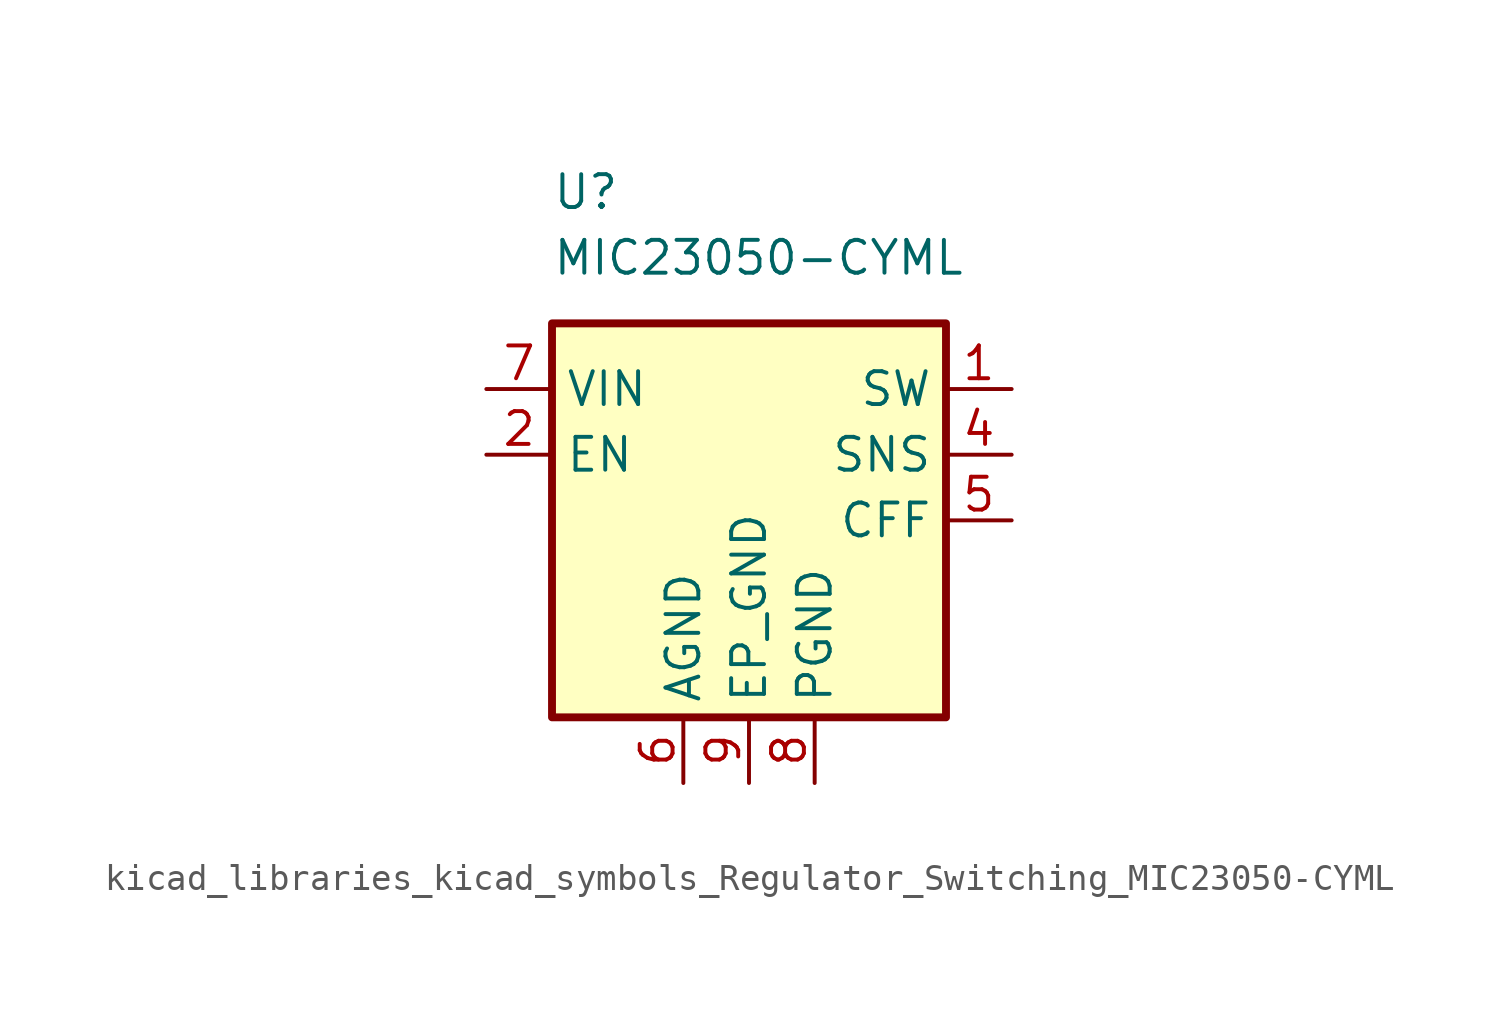
<source format=kicad_sym>
(kicad_symbol_lib
  (version 20220914)
  (generator kicad_symbol_editor)
  (symbol "kicad_libraries_kicad_symbols_Regulator_Switching_MIC23050-CYML"
    (property "Reference" "U"
      (at -7.62 12.7 0)
      (effects (font (size 1.27 1.27)) (justify left)))
    (property "Value" "MIC23050-CYML"
      (at -7.62 10.16 0)
      (effects (font (size 1.27 1.27)) (justify left)))
    (symbol "kicad_libraries_kicad_symbols_Regulator_Switching_MIC23050-CYML_0_0"
      (pin power_in line (at 0 -10.16 90) (length 2.54) (name "EP_GND" (effects (font (size 1.27 1.27)))) (number "9" (effects (font (size 1.27 1.27))))))
    (symbol "kicad_libraries_kicad_symbols_Regulator_Switching_MIC23050-CYML_1_1"
      (rectangle (start -7.62 7.62) (end 7.62 -7.62) (stroke (width 0.305) (type default)) (fill (type background)))
      (pin output line (at 10.16 5.08 180) (length 2.54) (name "SW" (effects (font (size 1.27 1.27)))) (number "1" (effects (font (size 1.27 1.27)))))
      (pin input line (at -10.16 2.54 0) (length 2.54) (name "EN" (effects (font (size 1.27 1.27)))) (number "2" (effects (font (size 1.27 1.27)))))
      (pin no_connect line (at -7.62 0 0) (length 2.54) hide (name "NC" (effects (font (size 1.27 1.27)))) (number "3" (effects (font (size 1.27 1.27)))))
      (pin input line (at 10.16 2.54 180) (length 2.54) (name "SNS" (effects (font (size 1.27 1.27)))) (number "4" (effects (font (size 1.27 1.27)))))
      (pin output line (at 10.16 0 180) (length 2.54) (name "CFF" (effects (font (size 1.27 1.27)))) (number "5" (effects (font (size 1.27 1.27)))))
      (pin power_in line (at -2.54 -10.16 90) (length 2.54) (name "AGND" (effects (font (size 1.27 1.27)))) (number "6" (effects (font (size 1.27 1.27)))))
      (pin power_in line (at -10.16 5.08 0) (length 2.54) (name "VIN" (effects (font (size 1.27 1.27)))) (number "7" (effects (font (size 1.27 1.27)))))
      (pin power_in line (at 2.54 -10.16 90) (length 2.54) (name "PGND" (effects (font (size 1.27 1.27)))) (number "8" (effects (font (size 1.27 1.27))))))))
</source>
